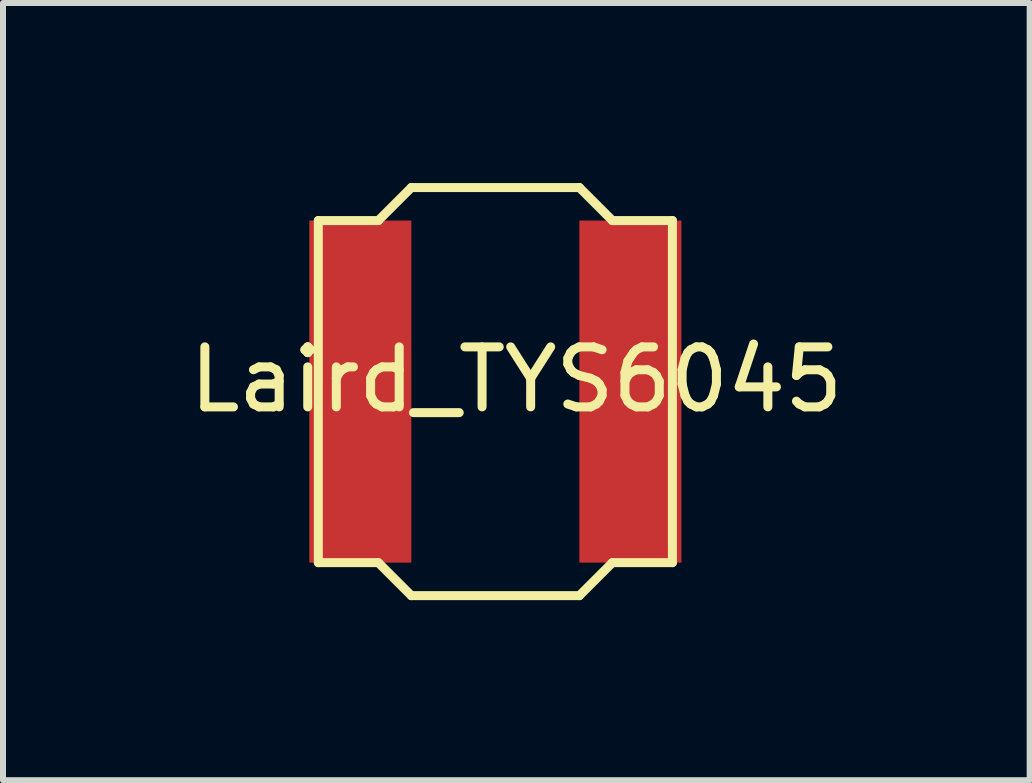
<source format=kicad_pcb>
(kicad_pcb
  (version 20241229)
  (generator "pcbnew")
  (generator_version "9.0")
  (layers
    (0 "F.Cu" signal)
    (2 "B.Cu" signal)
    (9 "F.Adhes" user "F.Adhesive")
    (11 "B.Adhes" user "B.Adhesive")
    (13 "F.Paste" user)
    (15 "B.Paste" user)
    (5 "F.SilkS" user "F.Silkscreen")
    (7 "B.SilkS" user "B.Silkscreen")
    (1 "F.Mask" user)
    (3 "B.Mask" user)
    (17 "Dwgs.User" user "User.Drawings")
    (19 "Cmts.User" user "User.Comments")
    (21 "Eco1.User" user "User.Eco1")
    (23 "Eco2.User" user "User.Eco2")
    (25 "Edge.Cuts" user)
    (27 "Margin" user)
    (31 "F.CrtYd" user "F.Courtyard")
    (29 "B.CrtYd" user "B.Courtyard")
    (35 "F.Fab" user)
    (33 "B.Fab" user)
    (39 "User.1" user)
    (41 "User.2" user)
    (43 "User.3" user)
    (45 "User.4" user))
  (footprint "Laird_TYS6045"
    (layer "F.Cu")
    (at 5.204 3.475)
    (property "Reference" "Laird_TYS6045" (at 0.35 -0.2 0) (layer "F.SilkS") (effects (font (size 1 1) (thickness 0.15))))
    (attr through_hole)
    (fp_line (start -2.95 -2.85) (end -1.95 -2.85) (stroke (width 0.15) (type solid)) (layer "F.SilkS"))
    (fp_line (start -2.95 2.85) (end -2.95 -2.85) (stroke (width 0.15) (type solid)) (layer "F.SilkS"))
    (fp_line (start -1.95 -2.85) (end -1.4 -3.4) (stroke (width 0.15) (type solid)) (layer "F.SilkS"))
    (fp_line (start -1.95 2.85) (end -2.95 2.85) (stroke (width 0.15) (type solid)) (layer "F.SilkS"))
    (fp_line (start -1.4 -3.4) (end 1.4 -3.4) (stroke (width 0.15) (type solid)) (layer "F.SilkS"))
    (fp_line (start -1.4 3.4) (end -1.95 2.85) (stroke (width 0.15) (type solid)) (layer "F.SilkS"))
    (fp_line (start 1.4 -3.4) (end 1.95 -2.85) (stroke (width 0.15) (type solid)) (layer "F.SilkS"))
    (fp_line (start 1.4 3.4) (end -1.4 3.4) (stroke (width 0.15) (type solid)) (layer "F.SilkS"))
    (fp_line (start 1.95 -2.85) (end 2.95 -2.85) (stroke (width 0.15) (type solid)) (layer "F.SilkS"))
    (fp_line (start 1.95 2.85) (end 1.4 3.4) (stroke (width 0.15) (type solid)) (layer "F.SilkS"))
    (fp_line (start 2.95 -2.85) (end 2.95 2.85) (stroke (width 0.15) (type solid)) (layer "F.SilkS"))
    (fp_line (start 2.95 2.85) (end 1.95 2.85) (stroke (width 0.15) (type solid)) (layer "F.SilkS"))
    (pad "1" smd rect (at -2.25 0) (size 1.7 5.7) (layers "F.Cu" "F.Mask" "F.Paste"))
    (pad "2" smd rect (at 2.25 0) (size 1.7 5.7) (layers "F.Cu" "F.Mask" "F.Paste")))
  (gr_rect
    (start -3 -3)
    (end 14.107 9.95)
    (stroke (width 0.1) (type default))
    (fill no)
    (layer "Edge.Cuts")))
</source>
